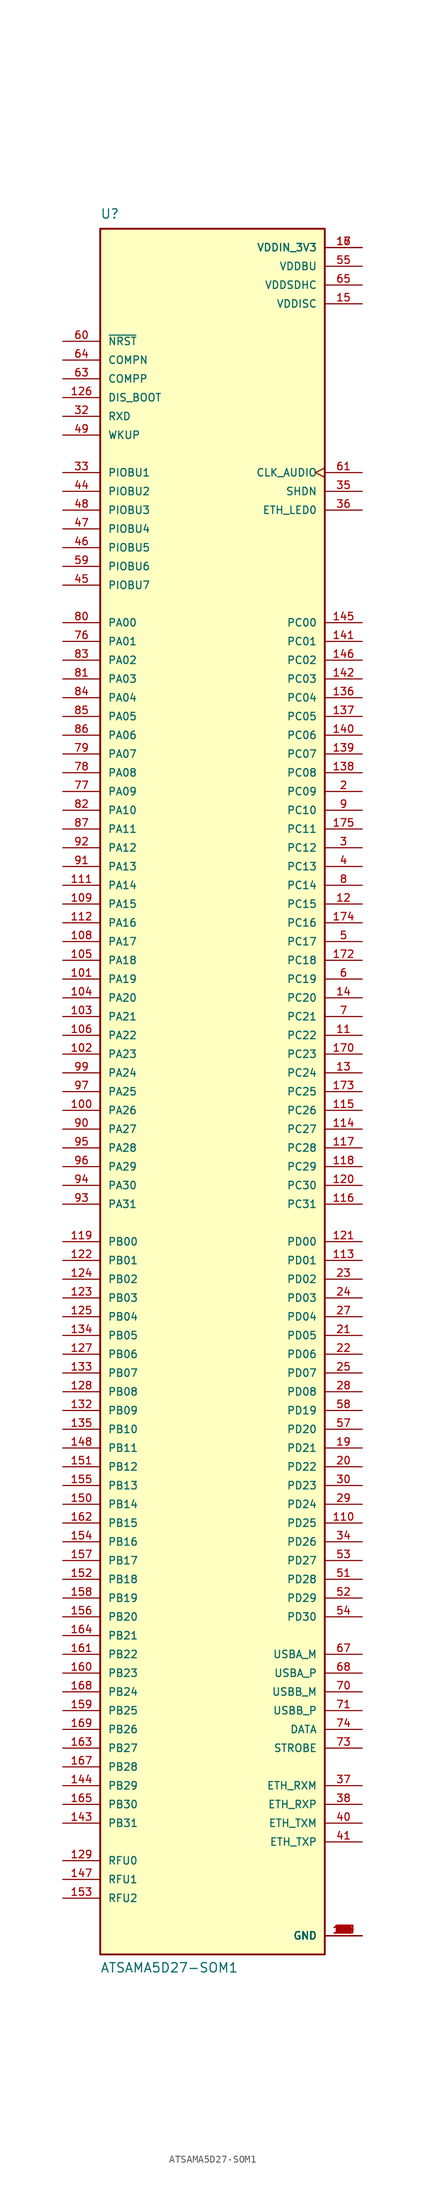
<source format=kicad_sym>
(kicad_symbol_lib
  (version 20231120)
  (generator "kicad_symbol_editor")
  (generator_version "8.0")
  (symbol "ATSAMA5D27-SOM1"
    (pin_names
      (offset 1.016))
    (property "Reference" "U"
      (at -15.24 118.11 0)
      (effects (font (size 1.27 1.27)) (justify left bottom)))
    (property "Value" "ATSAMA5D27-SOM1"
      (at -15.24 -119.38 0)
      (effects (font (size 1.27 1.27)) (justify left bottom)))
    (symbol "ATSAMA5D27-SOM1_0_0"
      (rectangle (start -15.24 -116.84) (end 15.24 116.84) (stroke (width 0.254) (type default)) (fill (type background)))
      (pin power_in line (at 20.32 -114.3 180) (length 5.08) (name "GND" (effects (font (size 1.016 1.016)))) (number "1" (effects (font (size 1.016 1.016)))))
      (pin power_in line (at 20.32 -114.3 180) (length 5.08) (name "GND" (effects (font (size 1.016 1.016)))) (number "10" (effects (font (size 1.016 1.016)))))
      (pin bidirectional line (at -20.32 -2.54 0) (length 5.08) (name "PA26" (effects (font (size 1.016 1.016)))) (number "100" (effects (font (size 1.016 1.016)))))
      (pin bidirectional line (at -20.32 15.24 0) (length 5.08) (name "PA19" (effects (font (size 1.016 1.016)))) (number "101" (effects (font (size 1.016 1.016)))))
      (pin bidirectional line (at -20.32 5.08 0) (length 5.08) (name "PA23" (effects (font (size 1.016 1.016)))) (number "102" (effects (font (size 1.016 1.016)))))
      (pin bidirectional line (at -20.32 10.16 0) (length 5.08) (name "PA21" (effects (font (size 1.016 1.016)))) (number "103" (effects (font (size 1.016 1.016)))))
      (pin bidirectional line (at -20.32 12.7 0) (length 5.08) (name "PA20" (effects (font (size 1.016 1.016)))) (number "104" (effects (font (size 1.016 1.016)))))
      (pin bidirectional line (at -20.32 17.78 0) (length 5.08) (name "PA18" (effects (font (size 1.016 1.016)))) (number "105" (effects (font (size 1.016 1.016)))))
      (pin bidirectional line (at -20.32 7.62 0) (length 5.08) (name "PA22" (effects (font (size 1.016 1.016)))) (number "106" (effects (font (size 1.016 1.016)))))
      (pin power_in line (at 20.32 -114.3 180) (length 5.08) (name "GND" (effects (font (size 1.016 1.016)))) (number "107" (effects (font (size 1.016 1.016)))))
      (pin bidirectional line (at -20.32 20.32 0) (length 5.08) (name "PA17" (effects (font (size 1.016 1.016)))) (number "108" (effects (font (size 1.016 1.016)))))
      (pin bidirectional line (at -20.32 25.4 0) (length 5.08) (name "PA15" (effects (font (size 1.016 1.016)))) (number "109" (effects (font (size 1.016 1.016)))))
      (pin bidirectional line (at 20.32 7.62 180) (length 5.08) (name "PC22" (effects (font (size 1.016 1.016)))) (number "11" (effects (font (size 1.016 1.016)))))
      (pin bidirectional line (at 20.32 -58.42 180) (length 5.08) (name "PD25" (effects (font (size 1.016 1.016)))) (number "110" (effects (font (size 1.016 1.016)))))
      (pin bidirectional line (at -20.32 27.94 0) (length 5.08) (name "PA14" (effects (font (size 1.016 1.016)))) (number "111" (effects (font (size 1.016 1.016)))))
      (pin bidirectional line (at -20.32 22.86 0) (length 5.08) (name "PA16" (effects (font (size 1.016 1.016)))) (number "112" (effects (font (size 1.016 1.016)))))
      (pin bidirectional line (at 20.32 -22.86 180) (length 5.08) (name "PD01" (effects (font (size 1.016 1.016)))) (number "113" (effects (font (size 1.016 1.016)))))
      (pin bidirectional line (at 20.32 -5.08 180) (length 5.08) (name "PC27" (effects (font (size 1.016 1.016)))) (number "114" (effects (font (size 1.016 1.016)))))
      (pin bidirectional line (at 20.32 -2.54 180) (length 5.08) (name "PC26" (effects (font (size 1.016 1.016)))) (number "115" (effects (font (size 1.016 1.016)))))
      (pin bidirectional line (at 20.32 -15.24 180) (length 5.08) (name "PC31" (effects (font (size 1.016 1.016)))) (number "116" (effects (font (size 1.016 1.016)))))
      (pin bidirectional line (at 20.32 -7.62 180) (length 5.08) (name "PC28" (effects (font (size 1.016 1.016)))) (number "117" (effects (font (size 1.016 1.016)))))
      (pin bidirectional line (at 20.32 -10.16 180) (length 5.08) (name "PC29" (effects (font (size 1.016 1.016)))) (number "118" (effects (font (size 1.016 1.016)))))
      (pin bidirectional line (at -20.32 -20.32 0) (length 5.08) (name "PB00" (effects (font (size 1.016 1.016)))) (number "119" (effects (font (size 1.016 1.016)))))
      (pin bidirectional line (at 20.32 25.4 180) (length 5.08) (name "PC15" (effects (font (size 1.016 1.016)))) (number "12" (effects (font (size 1.016 1.016)))))
      (pin bidirectional line (at 20.32 -12.7 180) (length 5.08) (name "PC30" (effects (font (size 1.016 1.016)))) (number "120" (effects (font (size 1.016 1.016)))))
      (pin bidirectional line (at 20.32 -20.32 180) (length 5.08) (name "PD00" (effects (font (size 1.016 1.016)))) (number "121" (effects (font (size 1.016 1.016)))))
      (pin bidirectional line (at -20.32 -22.86 0) (length 5.08) (name "PB01" (effects (font (size 1.016 1.016)))) (number "122" (effects (font (size 1.016 1.016)))))
      (pin bidirectional line (at -20.32 -27.94 0) (length 5.08) (name "PB03" (effects (font (size 1.016 1.016)))) (number "123" (effects (font (size 1.016 1.016)))))
      (pin bidirectional line (at -20.32 -25.4 0) (length 5.08) (name "PB02" (effects (font (size 1.016 1.016)))) (number "124" (effects (font (size 1.016 1.016)))))
      (pin bidirectional line (at -20.32 -30.48 0) (length 5.08) (name "PB04" (effects (font (size 1.016 1.016)))) (number "125" (effects (font (size 1.016 1.016)))))
      (pin input line (at -20.32 93.98 0) (length 5.08) (name "DIS_BOOT" (effects (font (size 1.016 1.016)))) (number "126" (effects (font (size 1.016 1.016)))))
      (pin bidirectional line (at -20.32 -35.56 0) (length 5.08) (name "PB06" (effects (font (size 1.016 1.016)))) (number "127" (effects (font (size 1.016 1.016)))))
      (pin bidirectional line (at -20.32 -40.64 0) (length 5.08) (name "PB08" (effects (font (size 1.016 1.016)))) (number "128" (effects (font (size 1.016 1.016)))))
      (pin passive line (at -20.32 -104.14 0) (length 5.08) (name "RFU0" (effects (font (size 1.016 1.016)))) (number "129" (effects (font (size 1.016 1.016)))))
      (pin bidirectional line (at 20.32 2.54 180) (length 5.08) (name "PC24" (effects (font (size 1.016 1.016)))) (number "13" (effects (font (size 1.016 1.016)))))
      (pin power_in line (at 20.32 -114.3 180) (length 5.08) (name "GND" (effects (font (size 1.016 1.016)))) (number "130" (effects (font (size 1.016 1.016)))))
      (pin power_in line (at 20.32 -114.3 180) (length 5.08) (name "GND" (effects (font (size 1.016 1.016)))) (number "131" (effects (font (size 1.016 1.016)))))
      (pin bidirectional line (at -20.32 -43.18 0) (length 5.08) (name "PB09" (effects (font (size 1.016 1.016)))) (number "132" (effects (font (size 1.016 1.016)))))
      (pin bidirectional line (at -20.32 -38.1 0) (length 5.08) (name "PB07" (effects (font (size 1.016 1.016)))) (number "133" (effects (font (size 1.016 1.016)))))
      (pin bidirectional line (at -20.32 -33.02 0) (length 5.08) (name "PB05" (effects (font (size 1.016 1.016)))) (number "134" (effects (font (size 1.016 1.016)))))
      (pin bidirectional line (at -20.32 -45.72 0) (length 5.08) (name "PB10" (effects (font (size 1.016 1.016)))) (number "135" (effects (font (size 1.016 1.016)))))
      (pin bidirectional line (at 20.32 53.34 180) (length 5.08) (name "PC04" (effects (font (size 1.016 1.016)))) (number "136" (effects (font (size 1.016 1.016)))))
      (pin bidirectional line (at 20.32 50.8 180) (length 5.08) (name "PC05" (effects (font (size 1.016 1.016)))) (number "137" (effects (font (size 1.016 1.016)))))
      (pin bidirectional line (at 20.32 43.18 180) (length 5.08) (name "PC08" (effects (font (size 1.016 1.016)))) (number "138" (effects (font (size 1.016 1.016)))))
      (pin bidirectional line (at 20.32 45.72 180) (length 5.08) (name "PC07" (effects (font (size 1.016 1.016)))) (number "139" (effects (font (size 1.016 1.016)))))
      (pin bidirectional line (at 20.32 12.7 180) (length 5.08) (name "PC20" (effects (font (size 1.016 1.016)))) (number "14" (effects (font (size 1.016 1.016)))))
      (pin bidirectional line (at 20.32 48.26 180) (length 5.08) (name "PC06" (effects (font (size 1.016 1.016)))) (number "140" (effects (font (size 1.016 1.016)))))
      (pin bidirectional line (at 20.32 60.96 180) (length 5.08) (name "PC01" (effects (font (size 1.016 1.016)))) (number "141" (effects (font (size 1.016 1.016)))))
      (pin bidirectional line (at 20.32 55.88 180) (length 5.08) (name "PC03" (effects (font (size 1.016 1.016)))) (number "142" (effects (font (size 1.016 1.016)))))
      (pin bidirectional line (at -20.32 -99.06 0) (length 5.08) (name "PB31" (effects (font (size 1.016 1.016)))) (number "143" (effects (font (size 1.016 1.016)))))
      (pin bidirectional line (at -20.32 -93.98 0) (length 5.08) (name "PB29" (effects (font (size 1.016 1.016)))) (number "144" (effects (font (size 1.016 1.016)))))
      (pin bidirectional line (at 20.32 63.5 180) (length 5.08) (name "PC00" (effects (font (size 1.016 1.016)))) (number "145" (effects (font (size 1.016 1.016)))))
      (pin bidirectional line (at 20.32 58.42 180) (length 5.08) (name "PC02" (effects (font (size 1.016 1.016)))) (number "146" (effects (font (size 1.016 1.016)))))
      (pin passive line (at -20.32 -106.68 0) (length 5.08) (name "RFU1" (effects (font (size 1.016 1.016)))) (number "147" (effects (font (size 1.016 1.016)))))
      (pin bidirectional line (at -20.32 -48.26 0) (length 5.08) (name "PB11" (effects (font (size 1.016 1.016)))) (number "148" (effects (font (size 1.016 1.016)))))
      (pin power_in line (at 20.32 -114.3 180) (length 5.08) (name "GND" (effects (font (size 1.016 1.016)))) (number "149" (effects (font (size 1.016 1.016)))))
      (pin power_in line (at 20.32 106.68 180) (length 5.08) (name "VDDISC" (effects (font (size 1.016 1.016)))) (number "15" (effects (font (size 1.016 1.016)))))
      (pin bidirectional line (at -20.32 -55.88 0) (length 5.08) (name "PB14" (effects (font (size 1.016 1.016)))) (number "150" (effects (font (size 1.016 1.016)))))
      (pin bidirectional line (at -20.32 -50.8 0) (length 5.08) (name "PB12" (effects (font (size 1.016 1.016)))) (number "151" (effects (font (size 1.016 1.016)))))
      (pin bidirectional line (at -20.32 -66.04 0) (length 5.08) (name "PB18" (effects (font (size 1.016 1.016)))) (number "152" (effects (font (size 1.016 1.016)))))
      (pin passive line (at -20.32 -109.22 0) (length 5.08) (name "RFU2" (effects (font (size 1.016 1.016)))) (number "153" (effects (font (size 1.016 1.016)))))
      (pin bidirectional line (at -20.32 -60.96 0) (length 5.08) (name "PB16" (effects (font (size 1.016 1.016)))) (number "154" (effects (font (size 1.016 1.016)))))
      (pin bidirectional line (at -20.32 -53.34 0) (length 5.08) (name "PB13" (effects (font (size 1.016 1.016)))) (number "155" (effects (font (size 1.016 1.016)))))
      (pin bidirectional line (at -20.32 -71.12 0) (length 5.08) (name "PB20" (effects (font (size 1.016 1.016)))) (number "156" (effects (font (size 1.016 1.016)))))
      (pin bidirectional line (at -20.32 -63.5 0) (length 5.08) (name "PB17" (effects (font (size 1.016 1.016)))) (number "157" (effects (font (size 1.016 1.016)))))
      (pin bidirectional line (at -20.32 -68.58 0) (length 5.08) (name "PB19" (effects (font (size 1.016 1.016)))) (number "158" (effects (font (size 1.016 1.016)))))
      (pin bidirectional line (at -20.32 -83.82 0) (length 5.08) (name "PB25" (effects (font (size 1.016 1.016)))) (number "159" (effects (font (size 1.016 1.016)))))
      (pin power_in line (at 20.32 114.3 180) (length 5.08) (name "VDDIN_3V3" (effects (font (size 1.016 1.016)))) (number "16" (effects (font (size 1.016 1.016)))))
      (pin bidirectional line (at -20.32 -78.74 0) (length 5.08) (name "PB23" (effects (font (size 1.016 1.016)))) (number "160" (effects (font (size 1.016 1.016)))))
      (pin bidirectional line (at -20.32 -76.2 0) (length 5.08) (name "PB22" (effects (font (size 1.016 1.016)))) (number "161" (effects (font (size 1.016 1.016)))))
      (pin bidirectional line (at -20.32 -58.42 0) (length 5.08) (name "PB15" (effects (font (size 1.016 1.016)))) (number "162" (effects (font (size 1.016 1.016)))))
      (pin bidirectional line (at -20.32 -88.9 0) (length 5.08) (name "PB27" (effects (font (size 1.016 1.016)))) (number "163" (effects (font (size 1.016 1.016)))))
      (pin bidirectional line (at -20.32 -73.66 0) (length 5.08) (name "PB21" (effects (font (size 1.016 1.016)))) (number "164" (effects (font (size 1.016 1.016)))))
      (pin bidirectional line (at -20.32 -96.52 0) (length 5.08) (name "PB30" (effects (font (size 1.016 1.016)))) (number "165" (effects (font (size 1.016 1.016)))))
      (pin power_in line (at 20.32 -114.3 180) (length 5.08) (name "GND" (effects (font (size 1.016 1.016)))) (number "166" (effects (font (size 1.016 1.016)))))
      (pin bidirectional line (at -20.32 -91.44 0) (length 5.08) (name "PB28" (effects (font (size 1.016 1.016)))) (number "167" (effects (font (size 1.016 1.016)))))
      (pin bidirectional line (at -20.32 -81.28 0) (length 5.08) (name "PB24" (effects (font (size 1.016 1.016)))) (number "168" (effects (font (size 1.016 1.016)))))
      (pin bidirectional line (at -20.32 -86.36 0) (length 5.08) (name "PB26" (effects (font (size 1.016 1.016)))) (number "169" (effects (font (size 1.016 1.016)))))
      (pin power_in line (at 20.32 114.3 180) (length 5.08) (name "VDDIN_3V3" (effects (font (size 1.016 1.016)))) (number "17" (effects (font (size 1.016 1.016)))))
      (pin bidirectional line (at 20.32 5.08 180) (length 5.08) (name "PC23" (effects (font (size 1.016 1.016)))) (number "170" (effects (font (size 1.016 1.016)))))
      (pin power_in line (at 20.32 -114.3 180) (length 5.08) (name "GND" (effects (font (size 1.016 1.016)))) (number "171" (effects (font (size 1.016 1.016)))))
      (pin bidirectional line (at 20.32 17.78 180) (length 5.08) (name "PC18" (effects (font (size 1.016 1.016)))) (number "172" (effects (font (size 1.016 1.016)))))
      (pin bidirectional line (at 20.32 0 180) (length 5.08) (name "PC25" (effects (font (size 1.016 1.016)))) (number "173" (effects (font (size 1.016 1.016)))))
      (pin bidirectional line (at 20.32 22.86 180) (length 5.08) (name "PC16" (effects (font (size 1.016 1.016)))) (number "174" (effects (font (size 1.016 1.016)))))
      (pin bidirectional line (at 20.32 35.56 180) (length 5.08) (name "PC11" (effects (font (size 1.016 1.016)))) (number "175" (effects (font (size 1.016 1.016)))))
      (pin power_in line (at 20.32 -114.3 180) (length 5.08) (name "GND" (effects (font (size 1.016 1.016)))) (number "176" (effects (font (size 1.016 1.016)))))
      (pin power_in line (at 20.32 -114.3 180) (length 5.08) (name "GND" (effects (font (size 1.016 1.016)))) (number "18" (effects (font (size 1.016 1.016)))))
      (pin bidirectional line (at 20.32 -48.26 180) (length 5.08) (name "PD21" (effects (font (size 1.016 1.016)))) (number "19" (effects (font (size 1.016 1.016)))))
      (pin bidirectional line (at 20.32 40.64 180) (length 5.08) (name "PC09" (effects (font (size 1.016 1.016)))) (number "2" (effects (font (size 1.016 1.016)))))
      (pin bidirectional line (at 20.32 -50.8 180) (length 5.08) (name "PD22" (effects (font (size 1.016 1.016)))) (number "20" (effects (font (size 1.016 1.016)))))
      (pin bidirectional line (at 20.32 -33.02 180) (length 5.08) (name "PD05" (effects (font (size 1.016 1.016)))) (number "21" (effects (font (size 1.016 1.016)))))
      (pin bidirectional line (at 20.32 -35.56 180) (length 5.08) (name "PD06" (effects (font (size 1.016 1.016)))) (number "22" (effects (font (size 1.016 1.016)))))
      (pin bidirectional line (at 20.32 -25.4 180) (length 5.08) (name "PD02" (effects (font (size 1.016 1.016)))) (number "23" (effects (font (size 1.016 1.016)))))
      (pin bidirectional line (at 20.32 -27.94 180) (length 5.08) (name "PD03" (effects (font (size 1.016 1.016)))) (number "24" (effects (font (size 1.016 1.016)))))
      (pin bidirectional line (at 20.32 -38.1 180) (length 5.08) (name "PD07" (effects (font (size 1.016 1.016)))) (number "25" (effects (font (size 1.016 1.016)))))
      (pin power_in line (at 20.32 -114.3 180) (length 5.08) (name "GND" (effects (font (size 1.016 1.016)))) (number "26" (effects (font (size 1.016 1.016)))))
      (pin bidirectional line (at 20.32 -30.48 180) (length 5.08) (name "PD04" (effects (font (size 1.016 1.016)))) (number "27" (effects (font (size 1.016 1.016)))))
      (pin bidirectional line (at 20.32 -40.64 180) (length 5.08) (name "PD08" (effects (font (size 1.016 1.016)))) (number "28" (effects (font (size 1.016 1.016)))))
      (pin bidirectional line (at 20.32 -55.88 180) (length 5.08) (name "PD24" (effects (font (size 1.016 1.016)))) (number "29" (effects (font (size 1.016 1.016)))))
      (pin bidirectional line (at 20.32 33.02 180) (length 5.08) (name "PC12" (effects (font (size 1.016 1.016)))) (number "3" (effects (font (size 1.016 1.016)))))
      (pin bidirectional line (at 20.32 -53.34 180) (length 5.08) (name "PD23" (effects (font (size 1.016 1.016)))) (number "30" (effects (font (size 1.016 1.016)))))
      (pin power_in line (at 20.32 -114.3 180) (length 5.08) (name "GND" (effects (font (size 1.016 1.016)))) (number "31" (effects (font (size 1.016 1.016)))))
      (pin input line (at -20.32 91.44 0) (length 5.08) (name "RXD" (effects (font (size 1.016 1.016)))) (number "32" (effects (font (size 1.016 1.016)))))
      (pin input line (at -20.32 83.82 0) (length 5.08) (name "PIOBU1" (effects (font (size 1.016 1.016)))) (number "33" (effects (font (size 1.016 1.016)))))
      (pin bidirectional line (at 20.32 -60.96 180) (length 5.08) (name "PD26" (effects (font (size 1.016 1.016)))) (number "34" (effects (font (size 1.016 1.016)))))
      (pin output line (at 20.32 81.28 180) (length 5.08) (name "SHDN" (effects (font (size 1.016 1.016)))) (number "35" (effects (font (size 1.016 1.016)))))
      (pin output line (at 20.32 78.74 180) (length 5.08) (name "ETH_LED0" (effects (font (size 1.016 1.016)))) (number "36" (effects (font (size 1.016 1.016)))))
      (pin bidirectional line (at 20.32 -93.98 180) (length 5.08) (name "ETH_RXM" (effects (font (size 1.016 1.016)))) (number "37" (effects (font (size 1.016 1.016)))))
      (pin bidirectional line (at 20.32 -96.52 180) (length 5.08) (name "ETH_RXP" (effects (font (size 1.016 1.016)))) (number "38" (effects (font (size 1.016 1.016)))))
      (pin power_in line (at 20.32 -114.3 180) (length 5.08) (name "GND" (effects (font (size 1.016 1.016)))) (number "39" (effects (font (size 1.016 1.016)))))
      (pin bidirectional line (at 20.32 30.48 180) (length 5.08) (name "PC13" (effects (font (size 1.016 1.016)))) (number "4" (effects (font (size 1.016 1.016)))))
      (pin bidirectional line (at 20.32 -99.06 180) (length 5.08) (name "ETH_TXM" (effects (font (size 1.016 1.016)))) (number "40" (effects (font (size 1.016 1.016)))))
      (pin bidirectional line (at 20.32 -101.6 180) (length 5.08) (name "ETH_TXP" (effects (font (size 1.016 1.016)))) (number "41" (effects (font (size 1.016 1.016)))))
      (pin power_in line (at 20.32 -114.3 180) (length 5.08) (name "GND" (effects (font (size 1.016 1.016)))) (number "42" (effects (font (size 1.016 1.016)))))
      (pin power_in line (at 20.32 -114.3 180) (length 5.08) (name "GND" (effects (font (size 1.016 1.016)))) (number "43" (effects (font (size 1.016 1.016)))))
      (pin input line (at -20.32 81.28 0) (length 5.08) (name "PIOBU2" (effects (font (size 1.016 1.016)))) (number "44" (effects (font (size 1.016 1.016)))))
      (pin input line (at -20.32 68.58 0) (length 5.08) (name "PIOBU7" (effects (font (size 1.016 1.016)))) (number "45" (effects (font (size 1.016 1.016)))))
      (pin input line (at -20.32 73.66 0) (length 5.08) (name "PIOBU5" (effects (font (size 1.016 1.016)))) (number "46" (effects (font (size 1.016 1.016)))))
      (pin input line (at -20.32 76.2 0) (length 5.08) (name "PIOBU4" (effects (font (size 1.016 1.016)))) (number "47" (effects (font (size 1.016 1.016)))))
      (pin input line (at -20.32 78.74 0) (length 5.08) (name "PIOBU3" (effects (font (size 1.016 1.016)))) (number "48" (effects (font (size 1.016 1.016)))))
      (pin input line (at -20.32 88.9 0) (length 5.08) (name "WKUP" (effects (font (size 1.016 1.016)))) (number "49" (effects (font (size 1.016 1.016)))))
      (pin bidirectional line (at 20.32 20.32 180) (length 5.08) (name "PC17" (effects (font (size 1.016 1.016)))) (number "5" (effects (font (size 1.016 1.016)))))
      (pin power_in line (at 20.32 -114.3 180) (length 5.08) (name "GND" (effects (font (size 1.016 1.016)))) (number "50" (effects (font (size 1.016 1.016)))))
      (pin bidirectional line (at 20.32 -66.04 180) (length 5.08) (name "PD28" (effects (font (size 1.016 1.016)))) (number "51" (effects (font (size 1.016 1.016)))))
      (pin bidirectional line (at 20.32 -68.58 180) (length 5.08) (name "PD29" (effects (font (size 1.016 1.016)))) (number "52" (effects (font (size 1.016 1.016)))))
      (pin bidirectional line (at 20.32 -63.5 180) (length 5.08) (name "PD27" (effects (font (size 1.016 1.016)))) (number "53" (effects (font (size 1.016 1.016)))))
      (pin bidirectional line (at 20.32 -71.12 180) (length 5.08) (name "PD30" (effects (font (size 1.016 1.016)))) (number "54" (effects (font (size 1.016 1.016)))))
      (pin power_in line (at 20.32 111.76 180) (length 5.08) (name "VDDBU" (effects (font (size 1.016 1.016)))) (number "55" (effects (font (size 1.016 1.016)))))
      (pin power_in line (at 20.32 -114.3 180) (length 5.08) (name "GND" (effects (font (size 1.016 1.016)))) (number "56" (effects (font (size 1.016 1.016)))))
      (pin bidirectional line (at 20.32 -45.72 180) (length 5.08) (name "PD20" (effects (font (size 1.016 1.016)))) (number "57" (effects (font (size 1.016 1.016)))))
      (pin bidirectional line (at 20.32 -43.18 180) (length 5.08) (name "PD19" (effects (font (size 1.016 1.016)))) (number "58" (effects (font (size 1.016 1.016)))))
      (pin input line (at -20.32 71.12 0) (length 5.08) (name "PIOBU6" (effects (font (size 1.016 1.016)))) (number "59" (effects (font (size 1.016 1.016)))))
      (pin bidirectional line (at 20.32 15.24 180) (length 5.08) (name "PC19" (effects (font (size 1.016 1.016)))) (number "6" (effects (font (size 1.016 1.016)))))
      (pin input line (at -20.32 101.6 0) (length 5.08) (name "~{NRST}" (effects (font (size 1.016 1.016)))) (number "60" (effects (font (size 1.016 1.016)))))
      (pin output clock (at 20.32 83.82 180) (length 5.08) (name "CLK_AUDIO" (effects (font (size 1.016 1.016)))) (number "61" (effects (font (size 1.016 1.016)))))
      (pin power_in line (at 20.32 -114.3 180) (length 5.08) (name "GND" (effects (font (size 1.016 1.016)))) (number "62" (effects (font (size 1.016 1.016)))))
      (pin input line (at -20.32 96.52 0) (length 5.08) (name "COMPP" (effects (font (size 1.016 1.016)))) (number "63" (effects (font (size 1.016 1.016)))))
      (pin input line (at -20.32 99.06 0) (length 5.08) (name "COMPN" (effects (font (size 1.016 1.016)))) (number "64" (effects (font (size 1.016 1.016)))))
      (pin power_in line (at 20.32 109.22 180) (length 5.08) (name "VDDSDHC" (effects (font (size 1.016 1.016)))) (number "65" (effects (font (size 1.016 1.016)))))
      (pin power_in line (at 20.32 -114.3 180) (length 5.08) (name "GND" (effects (font (size 1.016 1.016)))) (number "66" (effects (font (size 1.016 1.016)))))
      (pin bidirectional line (at 20.32 -76.2 180) (length 5.08) (name "USBA_M" (effects (font (size 1.016 1.016)))) (number "67" (effects (font (size 1.016 1.016)))))
      (pin bidirectional line (at 20.32 -78.74 180) (length 5.08) (name "USBA_P" (effects (font (size 1.016 1.016)))) (number "68" (effects (font (size 1.016 1.016)))))
      (pin power_in line (at 20.32 -114.3 180) (length 5.08) (name "GND" (effects (font (size 1.016 1.016)))) (number "69" (effects (font (size 1.016 1.016)))))
      (pin bidirectional line (at 20.32 10.16 180) (length 5.08) (name "PC21" (effects (font (size 1.016 1.016)))) (number "7" (effects (font (size 1.016 1.016)))))
      (pin bidirectional line (at 20.32 -81.28 180) (length 5.08) (name "USBB_M" (effects (font (size 1.016 1.016)))) (number "70" (effects (font (size 1.016 1.016)))))
      (pin bidirectional line (at 20.32 -83.82 180) (length 5.08) (name "USBB_P" (effects (font (size 1.016 1.016)))) (number "71" (effects (font (size 1.016 1.016)))))
      (pin power_in line (at 20.32 -114.3 180) (length 5.08) (name "GND" (effects (font (size 1.016 1.016)))) (number "72" (effects (font (size 1.016 1.016)))))
      (pin bidirectional line (at 20.32 -88.9 180) (length 5.08) (name "STROBE" (effects (font (size 1.016 1.016)))) (number "73" (effects (font (size 1.016 1.016)))))
      (pin bidirectional line (at 20.32 -86.36 180) (length 5.08) (name "DATA" (effects (font (size 1.016 1.016)))) (number "74" (effects (font (size 1.016 1.016)))))
      (pin power_in line (at 20.32 -114.3 180) (length 5.08) (name "GND" (effects (font (size 1.016 1.016)))) (number "75" (effects (font (size 1.016 1.016)))))
      (pin bidirectional line (at -20.32 60.96 0) (length 5.08) (name "PA01" (effects (font (size 1.016 1.016)))) (number "76" (effects (font (size 1.016 1.016)))))
      (pin bidirectional line (at -20.32 40.64 0) (length 5.08) (name "PA09" (effects (font (size 1.016 1.016)))) (number "77" (effects (font (size 1.016 1.016)))))
      (pin bidirectional line (at -20.32 43.18 0) (length 5.08) (name "PA08" (effects (font (size 1.016 1.016)))) (number "78" (effects (font (size 1.016 1.016)))))
      (pin bidirectional line (at -20.32 45.72 0) (length 5.08) (name "PA07" (effects (font (size 1.016 1.016)))) (number "79" (effects (font (size 1.016 1.016)))))
      (pin bidirectional line (at 20.32 27.94 180) (length 5.08) (name "PC14" (effects (font (size 1.016 1.016)))) (number "8" (effects (font (size 1.016 1.016)))))
      (pin bidirectional line (at -20.32 63.5 0) (length 5.08) (name "PA00" (effects (font (size 1.016 1.016)))) (number "80" (effects (font (size 1.016 1.016)))))
      (pin bidirectional line (at -20.32 55.88 0) (length 5.08) (name "PA03" (effects (font (size 1.016 1.016)))) (number "81" (effects (font (size 1.016 1.016)))))
      (pin bidirectional line (at -20.32 38.1 0) (length 5.08) (name "PA10" (effects (font (size 1.016 1.016)))) (number "82" (effects (font (size 1.016 1.016)))))
      (pin bidirectional line (at -20.32 58.42 0) (length 5.08) (name "PA02" (effects (font (size 1.016 1.016)))) (number "83" (effects (font (size 1.016 1.016)))))
      (pin bidirectional line (at -20.32 53.34 0) (length 5.08) (name "PA04" (effects (font (size 1.016 1.016)))) (number "84" (effects (font (size 1.016 1.016)))))
      (pin bidirectional line (at -20.32 50.8 0) (length 5.08) (name "PA05" (effects (font (size 1.016 1.016)))) (number "85" (effects (font (size 1.016 1.016)))))
      (pin bidirectional line (at -20.32 48.26 0) (length 5.08) (name "PA06" (effects (font (size 1.016 1.016)))) (number "86" (effects (font (size 1.016 1.016)))))
      (pin bidirectional line (at -20.32 35.56 0) (length 5.08) (name "PA11" (effects (font (size 1.016 1.016)))) (number "87" (effects (font (size 1.016 1.016)))))
      (pin power_in line (at 20.32 -114.3 180) (length 5.08) (name "GND" (effects (font (size 1.016 1.016)))) (number "88" (effects (font (size 1.016 1.016)))))
      (pin power_in line (at 20.32 -114.3 180) (length 5.08) (name "GND" (effects (font (size 1.016 1.016)))) (number "89" (effects (font (size 1.016 1.016)))))
      (pin bidirectional line (at 20.32 38.1 180) (length 5.08) (name "PC10" (effects (font (size 1.016 1.016)))) (number "9" (effects (font (size 1.016 1.016)))))
      (pin bidirectional line (at -20.32 -5.08 0) (length 5.08) (name "PA27" (effects (font (size 1.016 1.016)))) (number "90" (effects (font (size 1.016 1.016)))))
      (pin bidirectional line (at -20.32 30.48 0) (length 5.08) (name "PA13" (effects (font (size 1.016 1.016)))) (number "91" (effects (font (size 1.016 1.016)))))
      (pin bidirectional line (at -20.32 33.02 0) (length 5.08) (name "PA12" (effects (font (size 1.016 1.016)))) (number "92" (effects (font (size 1.016 1.016)))))
      (pin bidirectional line (at -20.32 -15.24 0) (length 5.08) (name "PA31" (effects (font (size 1.016 1.016)))) (number "93" (effects (font (size 1.016 1.016)))))
      (pin bidirectional line (at -20.32 -12.7 0) (length 5.08) (name "PA30" (effects (font (size 1.016 1.016)))) (number "94" (effects (font (size 1.016 1.016)))))
      (pin bidirectional line (at -20.32 -7.62 0) (length 5.08) (name "PA28" (effects (font (size 1.016 1.016)))) (number "95" (effects (font (size 1.016 1.016)))))
      (pin bidirectional line (at -20.32 -10.16 0) (length 5.08) (name "PA29" (effects (font (size 1.016 1.016)))) (number "96" (effects (font (size 1.016 1.016)))))
      (pin bidirectional line (at -20.32 0 0) (length 5.08) (name "PA25" (effects (font (size 1.016 1.016)))) (number "97" (effects (font (size 1.016 1.016)))))
      (pin power_in line (at 20.32 -114.3 180) (length 5.08) (name "GND" (effects (font (size 1.016 1.016)))) (number "98" (effects (font (size 1.016 1.016)))))
      (pin bidirectional line (at -20.32 2.54 0) (length 5.08) (name "PA24" (effects (font (size 1.016 1.016)))) (number "99" (effects (font (size 1.016 1.016))))))))
</source>
